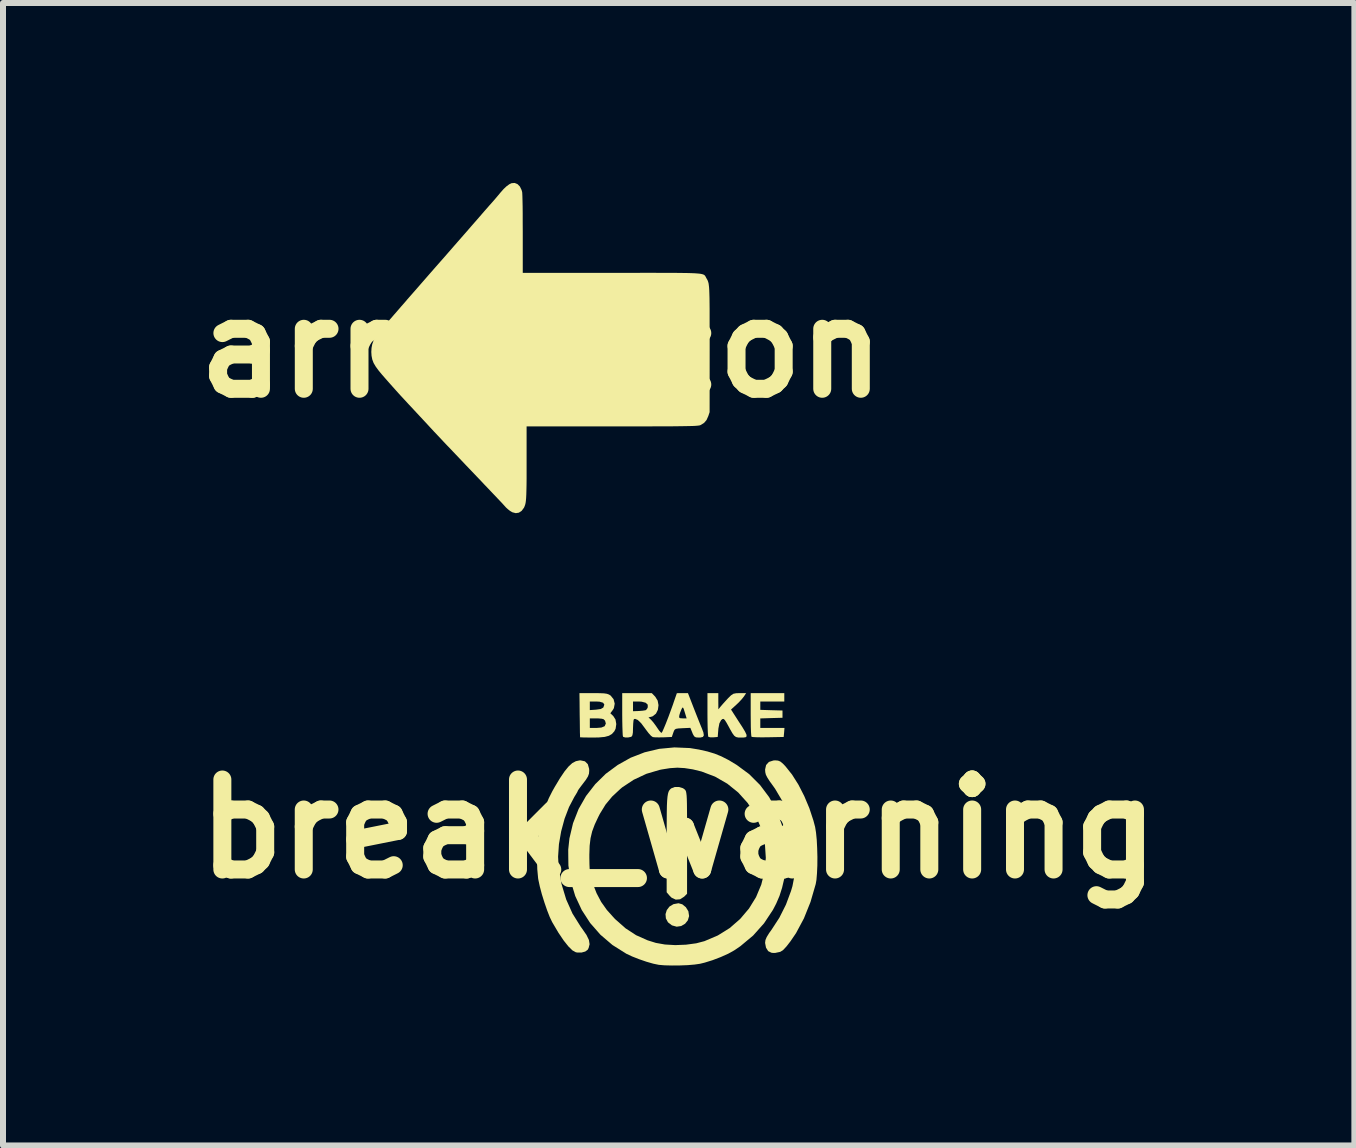
<source format=kicad_pcb>
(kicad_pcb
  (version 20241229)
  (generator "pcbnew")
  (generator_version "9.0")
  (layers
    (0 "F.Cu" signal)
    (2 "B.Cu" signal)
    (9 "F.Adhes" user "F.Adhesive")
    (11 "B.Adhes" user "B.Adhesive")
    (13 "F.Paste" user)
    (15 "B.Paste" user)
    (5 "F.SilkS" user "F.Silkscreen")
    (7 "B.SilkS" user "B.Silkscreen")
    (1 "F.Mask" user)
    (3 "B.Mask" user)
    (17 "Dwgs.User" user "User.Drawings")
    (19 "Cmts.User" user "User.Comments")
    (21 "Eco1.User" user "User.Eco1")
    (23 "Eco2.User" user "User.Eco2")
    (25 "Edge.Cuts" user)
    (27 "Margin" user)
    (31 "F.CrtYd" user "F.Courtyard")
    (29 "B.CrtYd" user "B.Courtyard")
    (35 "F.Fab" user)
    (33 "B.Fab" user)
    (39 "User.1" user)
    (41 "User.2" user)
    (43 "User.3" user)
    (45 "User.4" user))
  (footprint "break_warning"
    (layer "F.Cu")
    (at 8.264 10.767)
    (property "Reference" "break_warning" (at 0 0 0) (layer "F.SilkS") (effects (font (size 1.5 1.5) (thickness 0.3))))
    (attr board_only exclude_from_pos_files exclude_from_bom)
    (fp_poly (pts (xy 0.061 1.259) (xy 0.12 1.307) (xy 0.162 1.375) (xy 0.162 1.376) (xy 0.174 1.455) (xy 0.153 1.526) (xy 0.107 1.583) (xy 0.042 1.621) (xy -0.033 1.632) (xy -0.112 1.61) (xy -0.112 1.61) (xy -0.178 1.559) (xy -0.213 1.494) (xy -0.219 1.423) (xy -0.198 1.355) (xy -0.153 1.296) (xy -0.086 1.256) (xy -0.002 1.241)) (stroke (width 0) (type solid)) (fill yes) (layer "F.SilkS"))
    (fp_poly (pts (xy 1.761 -2.192) (xy 1.761 -2.122) (xy 1.561 -2.122) (xy 1.361 -2.122) (xy 1.361 -2.052) (xy 1.361 -1.983) (xy 1.546 -1.977) (xy 1.731 -1.972) (xy 1.731 -1.912) (xy 1.731 -1.851) (xy 1.546 -1.846) (xy 1.361 -1.84) (xy 1.361 -1.761) (xy 1.361 -1.681) (xy 1.562 -1.681) (xy 1.764 -1.681) (xy 1.758 -1.606) (xy 1.751 -1.531) (xy 1.49 -1.526) (xy 1.392 -1.525) (xy 1.308 -1.526) (xy 1.247 -1.529) (xy 1.216 -1.533) (xy 1.215 -1.534) (xy 1.21 -1.558) (xy 1.206 -1.615) (xy 1.203 -1.698) (xy 1.202 -1.802) (xy 1.201 -1.905) (xy 1.201 -2.262) (xy 1.481 -2.262) (xy 1.761 -2.262)) (stroke (width 0) (type solid)) (fill yes) (layer "F.SilkS"))
    (fp_poly (pts (xy 0.071 -0.677) (xy 0.096 -0.66) (xy 0.107 -0.649) (xy 0.116 -0.637) (xy 0.123 -0.619) (xy 0.128 -0.592) (xy 0.133 -0.551) (xy 0.136 -0.494) (xy 0.138 -0.417) (xy 0.139 -0.315) (xy 0.14 -0.186) (xy 0.14 -0.025) (xy 0.14 0.171) (xy 0.14 0.232) (xy 0.14 1.083) (xy 0.091 1.132) (xy 0.024 1.175) (xy -0.048 1.181) (xy -0.117 1.149) (xy -0.148 1.119) (xy -0.2 1.058) (xy -0.2 0.247) (xy -0.2 0.039) (xy -0.199 -0.134) (xy -0.198 -0.274) (xy -0.196 -0.385) (xy -0.192 -0.471) (xy -0.186 -0.536) (xy -0.178 -0.584) (xy -0.168 -0.618) (xy -0.155 -0.642) (xy -0.139 -0.661) (xy -0.122 -0.675) (xy -0.065 -0.697) (xy 0.005 -0.697)) (stroke (width 0) (type solid)) (fill yes) (layer "F.SilkS"))
    (fp_poly (pts (xy 0.661 -2.127) (xy 0.662 -1.992) (xy 0.703 -2.042) (xy 0.74 -2.085) (xy 0.791 -2.141) (xy 0.824 -2.177) (xy 0.873 -2.225) (xy 0.912 -2.251) (xy 0.958 -2.26) (xy 1.015 -2.262) (xy 1.125 -2.262) (xy 1.089 -2.207) (xy 1.054 -2.163) (xy 1.002 -2.107) (xy 0.963 -2.07) (xy 0.873 -1.988) (xy 0.999 -1.792) (xy 1.064 -1.692) (xy 1.107 -1.62) (xy 1.13 -1.571) (xy 1.133 -1.542) (xy 1.118 -1.527) (xy 1.084 -1.522) (xy 1.046 -1.521) (xy 0.993 -1.522) (xy 0.956 -1.53) (xy 0.926 -1.552) (xy 0.896 -1.593) (xy 0.857 -1.661) (xy 0.841 -1.691) (xy 0.799 -1.767) (xy 0.77 -1.813) (xy 0.749 -1.832) (xy 0.73 -1.83) (xy 0.708 -1.812) (xy 0.707 -1.811) (xy 0.679 -1.758) (xy 0.662 -1.669) (xy 0.661 -1.653) (xy 0.651 -1.531) (xy 0.58 -1.525) (xy 0.529 -1.525) (xy 0.497 -1.532) (xy 0.495 -1.534) (xy 0.49 -1.557) (xy 0.486 -1.614) (xy 0.483 -1.698) (xy 0.481 -1.802) (xy 0.48 -1.905) (xy 0.48 -2.262) (xy 0.57 -2.262) (xy 0.661 -2.262)) (stroke (width 0) (type solid)) (fill yes) (layer "F.SilkS"))
    (fp_poly (pts (xy -1.317 -2.261) (xy -1.245 -2.258) (xy -1.197 -2.251) (xy -1.163 -2.239) (xy -1.136 -2.222) (xy -1.134 -2.221) (xy -1.085 -2.16) (xy -1.066 -2.086) (xy -1.08 -2.011) (xy -1.097 -1.982) (xy -1.139 -1.926) (xy -1.09 -1.88) (xy -1.053 -1.822) (xy -1.04 -1.746) (xy -1.051 -1.669) (xy -1.072 -1.626) (xy -1.112 -1.581) (xy -1.163 -1.551) (xy -1.233 -1.532) (xy -1.33 -1.523) (xy -1.43 -1.521) (xy -1.517 -1.522) (xy -1.587 -1.523) (xy -1.632 -1.525) (xy -1.644 -1.526) (xy -1.644 -1.547) (xy -1.646 -1.601) (xy -1.647 -1.683) (xy -1.648 -1.785) (xy -1.649 -1.841) (xy -1.481 -1.841) (xy -1.481 -1.761) (xy -1.481 -1.681) (xy -1.373 -1.681) (xy -1.288 -1.688) (xy -1.237 -1.709) (xy -1.233 -1.712) (xy -1.214 -1.755) (xy -1.227 -1.802) (xy -1.25 -1.826) (xy -1.281 -1.835) (xy -1.337 -1.84) (xy -1.376 -1.841) (xy -1.481 -1.841) (xy -1.649 -1.841) (xy -1.65 -1.896) (xy -1.652 -2.122) (xy -1.481 -2.122) (xy -1.481 -2.051) (xy -1.481 -1.979) (xy -1.378 -1.986) (xy -1.299 -1.997) (xy -1.257 -2.021) (xy -1.255 -2.024) (xy -1.239 -2.071) (xy -1.26 -2.102) (xy -1.318 -2.119) (xy -1.37 -2.122) (xy -1.481 -2.122) (xy -1.652 -2.122) (xy -1.654 -2.262) (xy -1.42 -2.262)) (stroke (width 0) (type solid)) (fill yes) (layer "F.SilkS"))
    (fp_poly (pts (xy 1.656 -1.137) (xy 1.694 -1.122) (xy 1.736 -1.088) (xy 1.782 -1.04) (xy 1.891 -0.903) (xy 1.997 -0.735) (xy 2.094 -0.545) (xy 2.179 -0.343) (xy 2.247 -0.136) (xy 2.275 -0.03) (xy 2.29 0.063) (xy 2.302 0.184) (xy 2.309 0.322) (xy 2.313 0.468) (xy 2.312 0.612) (xy 2.306 0.743) (xy 2.297 0.853) (xy 2.285 0.921) (xy 2.198 1.22) (xy 2.088 1.494) (xy 1.957 1.739) (xy 1.863 1.877) (xy 1.795 1.964) (xy 1.742 2.02) (xy 1.7 2.048) (xy 1.687 2.053) (xy 1.639 2.063) (xy 1.611 2.069) (xy 1.577 2.07) (xy 1.546 2.066) (xy 1.492 2.039) (xy 1.456 1.981) (xy 1.441 1.903) (xy 1.441 1.9) (xy 1.447 1.854) (xy 1.468 1.804) (xy 1.508 1.739) (xy 1.551 1.679) (xy 1.679 1.482) (xy 1.789 1.263) (xy 1.873 1.037) (xy 1.897 0.956) (xy 1.928 0.796) (xy 1.946 0.617) (xy 1.952 0.432) (xy 1.946 0.253) (xy 1.926 0.094) (xy 1.915 0.045) (xy 1.838 -0.212) (xy 1.735 -0.452) (xy 1.608 -0.667) (xy 1.576 -0.712) (xy 1.516 -0.795) (xy 1.477 -0.856) (xy 1.454 -0.902) (xy 1.444 -0.943) (xy 1.441 -0.988) (xy 1.441 -0.989) (xy 1.458 -1.064) (xy 1.505 -1.115) (xy 1.58 -1.139) (xy 1.609 -1.141)) (stroke (width 0) (type solid)) (fill yes) (layer "F.SilkS"))
    (fp_poly (pts (xy -1.563 -1.125) (xy -1.515 -1.078) (xy -1.493 -1.002) (xy -1.491 -0.971) (xy -1.495 -0.92) (xy -1.512 -0.873) (xy -1.546 -0.818) (xy -1.586 -0.765) (xy -1.631 -0.706) (xy -1.665 -0.66) (xy -1.681 -0.635) (xy -1.681 -0.633) (xy -1.691 -0.611) (xy -1.717 -0.567) (xy -1.74 -0.53) (xy -1.828 -0.362) (xy -1.902 -0.168) (xy -1.959 0.043) (xy -1.996 0.257) (xy -2.01 0.465) (xy -2.001 0.642) (xy -1.952 0.923) (xy -1.875 1.178) (xy -1.77 1.413) (xy -1.633 1.632) (xy -1.606 1.669) (xy -1.536 1.771) (xy -1.496 1.854) (xy -1.485 1.924) (xy -1.501 1.987) (xy -1.517 2.017) (xy -1.557 2.046) (xy -1.619 2.063) (xy -1.688 2.063) (xy -1.715 2.058) (xy -1.771 2.027) (xy -1.839 1.96) (xy -1.917 1.862) (xy -2.004 1.733) (xy -2.096 1.577) (xy -2.109 1.555) (xy -2.15 1.469) (xy -2.194 1.356) (xy -2.239 1.225) (xy -2.281 1.09) (xy -2.315 0.961) (xy -2.339 0.849) (xy -2.343 0.825) (xy -2.357 0.674) (xy -2.361 0.502) (xy -2.356 0.321) (xy -2.341 0.143) (xy -2.319 -0.017) (xy -2.296 -0.12) (xy -2.253 -0.273) (xy -2.211 -0.399) (xy -2.164 -0.512) (xy -2.107 -0.625) (xy -2.067 -0.696) (xy -1.979 -0.843) (xy -1.903 -0.956) (xy -1.836 -1.038) (xy -1.774 -1.095) (xy -1.714 -1.127) (xy -1.653 -1.14) (xy -1.636 -1.141)) (stroke (width 0) (type solid)) (fill yes) (layer "F.SilkS"))
    (fp_poly (pts (xy -0.391 -2.203) (xy -0.35 -2.137) (xy -0.336 -2.061) (xy -0.346 -1.985) (xy -0.378 -1.92) (xy -0.431 -1.877) (xy -0.454 -1.869) (xy -0.503 -1.857) (xy -0.459 -1.816) (xy -0.423 -1.775) (xy -0.38 -1.717) (xy -0.357 -1.683) (xy -0.323 -1.634) (xy -0.295 -1.604) (xy -0.285 -1.599) (xy -0.271 -1.621) (xy -0.247 -1.675) (xy -0.214 -1.754) (xy -0.176 -1.852) (xy -0.173 -1.859) (xy 0.007 -1.859) (xy 0.022 -1.844) (xy 0.066 -1.841) (xy 0.133 -1.841) (xy 0.102 -1.942) (xy 0.084 -1.999) (xy 0.072 -2.022) (xy 0.06 -2.017) (xy 0.049 -1.997) (xy 0.026 -1.941) (xy 0.012 -1.896) (xy 0.007 -1.859) (xy -0.173 -1.859) (xy -0.135 -1.962) (xy -0.093 -2.078) (xy -0.084 -2.106) (xy -0.03 -2.261) (xy 0.063 -2.262) (xy 0.155 -2.262) (xy 0.25 -2.017) (xy 0.29 -1.915) (xy 0.328 -1.819) (xy 0.36 -1.739) (xy 0.382 -1.685) (xy 0.383 -1.684) (xy 0.412 -1.607) (xy 0.42 -1.558) (xy 0.404 -1.532) (xy 0.364 -1.522) (xy 0.34 -1.521) (xy 0.288 -1.524) (xy 0.259 -1.541) (xy 0.236 -1.581) (xy 0.228 -1.602) (xy 0.195 -1.683) (xy 0.064 -1.677) (xy -0.006 -1.673) (xy -0.047 -1.666) (xy -0.07 -1.649) (xy -0.084 -1.618) (xy -0.09 -1.601) (xy -0.114 -1.531) (xy -0.251 -1.525) (xy -0.328 -1.524) (xy -0.393 -1.525) (xy -0.431 -1.529) (xy -0.461 -1.55) (xy -0.503 -1.597) (xy -0.55 -1.659) (xy -0.56 -1.673) (xy -0.625 -1.76) (xy -0.681 -1.814) (xy -0.726 -1.833) (xy -0.746 -1.828) (xy -0.753 -1.805) (xy -0.758 -1.753) (xy -0.761 -1.683) (xy -0.761 -1.682) (xy -0.763 -1.605) (xy -0.771 -1.559) (xy -0.786 -1.537) (xy -0.792 -1.533) (xy -0.841 -1.523) (xy -0.893 -1.523) (xy -0.927 -1.534) (xy -0.927 -1.535) (xy -0.932 -1.558) (xy -0.935 -1.615) (xy -0.938 -1.698) (xy -0.94 -1.802) (xy -0.941 -1.905) (xy -0.941 -2.122) (xy -0.761 -2.122) (xy -0.761 -2.041) (xy -0.761 -1.96) (xy -0.661 -1.964) (xy -0.6 -1.969) (xy -0.556 -1.976) (xy -0.544 -1.98) (xy -0.523 -2.007) (xy -0.515 -2.026) (xy -0.516 -2.07) (xy -0.551 -2.102) (xy -0.617 -2.119) (xy -0.662 -2.122) (xy -0.761 -2.122) (xy -0.941 -2.122) (xy -0.941 -2.262) (xy -0.694 -2.262) (xy -0.448 -2.262)) (stroke (width 0) (type solid)) (fill yes) (layer "F.SilkS"))
    (fp_poly (pts (xy 0.188 -1.346) (xy 0.339 -1.321) (xy 0.481 -1.289) (xy 0.6 -1.253) (xy 0.711 -1.208) (xy 0.827 -1.149) (xy 0.959 -1.07) (xy 0.97 -1.063) (xy 1.176 -0.911) (xy 1.356 -0.731) (xy 1.508 -0.528) (xy 1.63 -0.305) (xy 1.72 -0.068) (xy 1.777 0.18) (xy 1.799 0.435) (xy 1.784 0.693) (xy 1.762 0.823) (xy 1.724 0.984) (xy 1.681 1.119) (xy 1.627 1.245) (xy 1.572 1.351) (xy 1.423 1.576) (xy 1.242 1.779) (xy 1.029 1.957) (xy 0.926 2.027) (xy 0.827 2.082) (xy 0.702 2.138) (xy 0.566 2.19) (xy 0.434 2.231) (xy 0.356 2.25) (xy 0.267 2.263) (xy 0.15 2.273) (xy 0.019 2.278) (xy -0.113 2.279) (xy -0.234 2.276) (xy -0.33 2.268) (xy -0.422 2.249) (xy -0.537 2.216) (xy -0.659 2.174) (xy -0.776 2.128) (xy -0.874 2.082) (xy -0.877 2.08) (xy -1.104 1.937) (xy -1.304 1.766) (xy -1.475 1.571) (xy -1.615 1.355) (xy -1.724 1.121) (xy -1.799 0.873) (xy -1.838 0.614) (xy -1.84 0.48) (xy -1.489 0.48) (xy -1.487 0.597) (xy -1.483 0.684) (xy -1.475 0.754) (xy -1.462 0.816) (xy -1.442 0.884) (xy -1.433 0.909) (xy -1.368 1.075) (xy -1.292 1.219) (xy -1.197 1.353) (xy -1.075 1.489) (xy -1.052 1.512) (xy -0.884 1.66) (xy -0.709 1.774) (xy -0.518 1.859) (xy -0.38 1.902) (xy -0.229 1.929) (xy -0.057 1.939) (xy 0.122 1.932) (xy 0.293 1.909) (xy 0.43 1.873) (xy 0.653 1.778) (xy 0.852 1.654) (xy 1.025 1.503) (xy 1.172 1.33) (xy 1.29 1.139) (xy 1.377 0.931) (xy 1.432 0.713) (xy 1.453 0.486) (xy 1.438 0.255) (xy 1.385 0.023) (xy 1.373 -0.014) (xy 1.278 -0.233) (xy 1.15 -0.431) (xy 0.993 -0.605) (xy 0.811 -0.752) (xy 0.606 -0.87) (xy 0.382 -0.955) (xy 0.235 -0.991) (xy 0.099 -1.012) (xy -0.022 -1.019) (xy -0.144 -1.011) (xy -0.283 -0.989) (xy -0.317 -0.982) (xy -0.537 -0.917) (xy -0.749 -0.818) (xy -0.941 -0.691) (xy -0.974 -0.663) (xy -1.109 -0.537) (xy -1.219 -0.404) (xy -1.314 -0.249) (xy -1.339 -0.2) (xy -1.399 -0.072) (xy -1.442 0.043) (xy -1.469 0.157) (xy -1.484 0.282) (xy -1.489 0.431) (xy -1.489 0.48) (xy -1.84 0.48) (xy -1.841 0.347) (xy -1.821 0.16) (xy -1.761 -0.093) (xy -1.668 -0.33) (xy -1.544 -0.547) (xy -1.391 -0.744) (xy -1.215 -0.917) (xy -1.016 -1.064) (xy -0.8 -1.185) (xy -0.568 -1.275) (xy -0.324 -1.333) (xy -0.071 -1.357)) (stroke (width 0) (type solid)) (fill yes) (layer "F.SilkS")))
  (footprint "arror_icon"
    (layer "F.Cu")
    (at 5.979 2.753)
    (property "Reference" "arror_icon" (at 0 0 0) (layer "F.SilkS") (effects (font (size 1.5 1.5) (thickness 0.3))))
    (attr board_only exclude_from_pos_files exclude_from_bom)
    (fp_poly (pts (xy -0.402 -2.734) (xy -0.362 -2.694) (xy -0.334 -2.636) (xy -0.324 -2.601) (xy -0.322 -2.576) (xy -0.32 -2.526) (xy -0.318 -2.452) (xy -0.316 -2.356) (xy -0.315 -2.238) (xy -0.315 -2.099) (xy -0.314 -1.941) (xy -0.314 -1.903) (xy -0.314 -1.254) (xy 1.17 -1.254) (xy 1.367 -1.254) (xy 1.546 -1.254) (xy 1.709 -1.255) (xy 1.855 -1.255) (xy 1.986 -1.254) (xy 2.104 -1.254) (xy 2.207 -1.254) (xy 2.299 -1.253) (xy 2.378 -1.252) (xy 2.447 -1.251) (xy 2.506 -1.249) (xy 2.555 -1.247) (xy 2.596 -1.244) (xy 2.63 -1.241) (xy 2.657 -1.237) (xy 2.679 -1.232) (xy 2.695 -1.227) (xy 2.708 -1.221) (xy 2.717 -1.214) (xy 2.724 -1.207) (xy 2.73 -1.198) (xy 2.735 -1.189) (xy 2.74 -1.179) (xy 2.746 -1.167) (xy 2.747 -1.166) (xy 2.756 -1.15) (xy 2.765 -1.135) (xy 2.772 -1.118) (xy 2.778 -1.1) (xy 2.784 -1.077) (xy 2.788 -1.047) (xy 2.792 -1.011) (xy 2.795 -0.964) (xy 2.797 -0.907) (xy 2.799 -0.836) (xy 2.8 -0.751) (xy 2.801 -0.65) (xy 2.801 -0.531) (xy 2.801 -0.392) (xy 2.802 -0.231) (xy 2.802 -0.048) (xy 2.802 0.038) (xy 2.801 1.068) (xy 2.779 1.134) (xy 2.75 1.199) (xy 2.709 1.247) (xy 2.655 1.281) (xy 2.645 1.285) (xy 2.637 1.288) (xy 2.626 1.29) (xy 2.612 1.292) (xy 2.593 1.294) (xy 2.569 1.296) (xy 2.539 1.298) (xy 2.502 1.299) (xy 2.457 1.3) (xy 2.403 1.301) (xy 2.34 1.302) (xy 2.266 1.303) (xy 2.181 1.304) (xy 2.083 1.304) (xy 1.972 1.304) (xy 1.847 1.305) (xy 1.708 1.305) (xy 1.552 1.305) (xy 1.38 1.305) (xy 1.19 1.305) (xy 1.173 1.305) (xy -0.25 1.305) (xy -0.25 1.891) (xy -0.25 2.043) (xy -0.25 2.172) (xy -0.251 2.28) (xy -0.253 2.369) (xy -0.255 2.442) (xy -0.258 2.5) (xy -0.262 2.546) (xy -0.267 2.582) (xy -0.274 2.611) (xy -0.282 2.634) (xy -0.291 2.655) (xy -0.293 2.66) (xy -0.332 2.713) (xy -0.379 2.744) (xy -0.431 2.752) (xy -0.488 2.737) (xy -0.527 2.714) (xy -0.561 2.687) (xy -0.594 2.657) (xy -0.61 2.639) (xy -0.63 2.617) (xy -0.66 2.584) (xy -0.698 2.544) (xy -0.738 2.502) (xy -0.744 2.495) (xy -0.792 2.445) (xy -0.848 2.386) (xy -0.905 2.326) (xy -0.956 2.273) (xy -0.957 2.272) (xy -1.014 2.211) (xy -1.083 2.139) (xy -1.164 2.054) (xy -1.258 1.956) (xy -1.364 1.844) (xy -1.485 1.717) (xy -1.516 1.684) (xy -1.578 1.62) (xy -1.633 1.562) (xy -1.685 1.506) (xy -1.738 1.45) (xy -1.794 1.391) (xy -1.856 1.324) (xy -1.927 1.247) (xy -1.983 1.187) (xy -2.037 1.129) (xy -2.091 1.071) (xy -2.141 1.017) (xy -2.184 0.971) (xy -2.217 0.936) (xy -2.228 0.924) (xy -2.288 0.859) (xy -2.353 0.789) (xy -2.42 0.715) (xy -2.486 0.641) (xy -2.549 0.57) (xy -2.607 0.504) (xy -2.657 0.447) (xy -2.696 0.4) (xy -2.715 0.377) (xy -2.765 0.309) (xy -2.801 0.248) (xy -2.823 0.189) (xy -2.835 0.128) (xy -2.839 0.065) (xy -2.835 -0.003) (xy -2.823 -0.066) (xy -2.801 -0.126) (xy -2.769 -0.187) (xy -2.723 -0.252) (xy -2.663 -0.325) (xy -2.638 -0.354) (xy -2.595 -0.402) (xy -2.544 -0.46) (xy -2.493 -0.518) (xy -2.456 -0.561) (xy -2.425 -0.596) (xy -2.396 -0.63) (xy -2.368 -0.662) (xy -2.339 -0.696) (xy -2.307 -0.732) (xy -2.273 -0.771) (xy -2.235 -0.816) (xy -2.191 -0.866) (xy -2.141 -0.923) (xy -2.083 -0.989) (xy -2.017 -1.065) (xy -1.941 -1.152) (xy -1.854 -1.252) (xy -1.755 -1.365) (xy -1.65 -1.484) (xy -1.56 -1.587) (xy -1.473 -1.687) (xy -1.39 -1.782) (xy -1.312 -1.871) (xy -1.241 -1.952) (xy -1.178 -2.025) (xy -1.124 -2.087) (xy -1.08 -2.137) (xy -1.047 -2.175) (xy -1.028 -2.197) (xy -1.025 -2.2) (xy -0.996 -2.234) (xy -0.957 -2.279) (xy -0.912 -2.33) (xy -0.866 -2.383) (xy -0.845 -2.406) (xy -0.801 -2.456) (xy -0.758 -2.506) (xy -0.72 -2.551) (xy -0.691 -2.586) (xy -0.68 -2.599) (xy -0.633 -2.652) (xy -0.584 -2.698) (xy -0.537 -2.732) (xy -0.501 -2.749) (xy -0.449 -2.753)) (stroke (width 0) (type solid)) (fill yes) (layer "F.SilkS")))
  (gr_rect
    (start -3 -3)
    (end 19.529 16.046)
    (stroke (width 0.1) (type default))
    (fill no)
    (layer "Edge.Cuts")))
</source>
